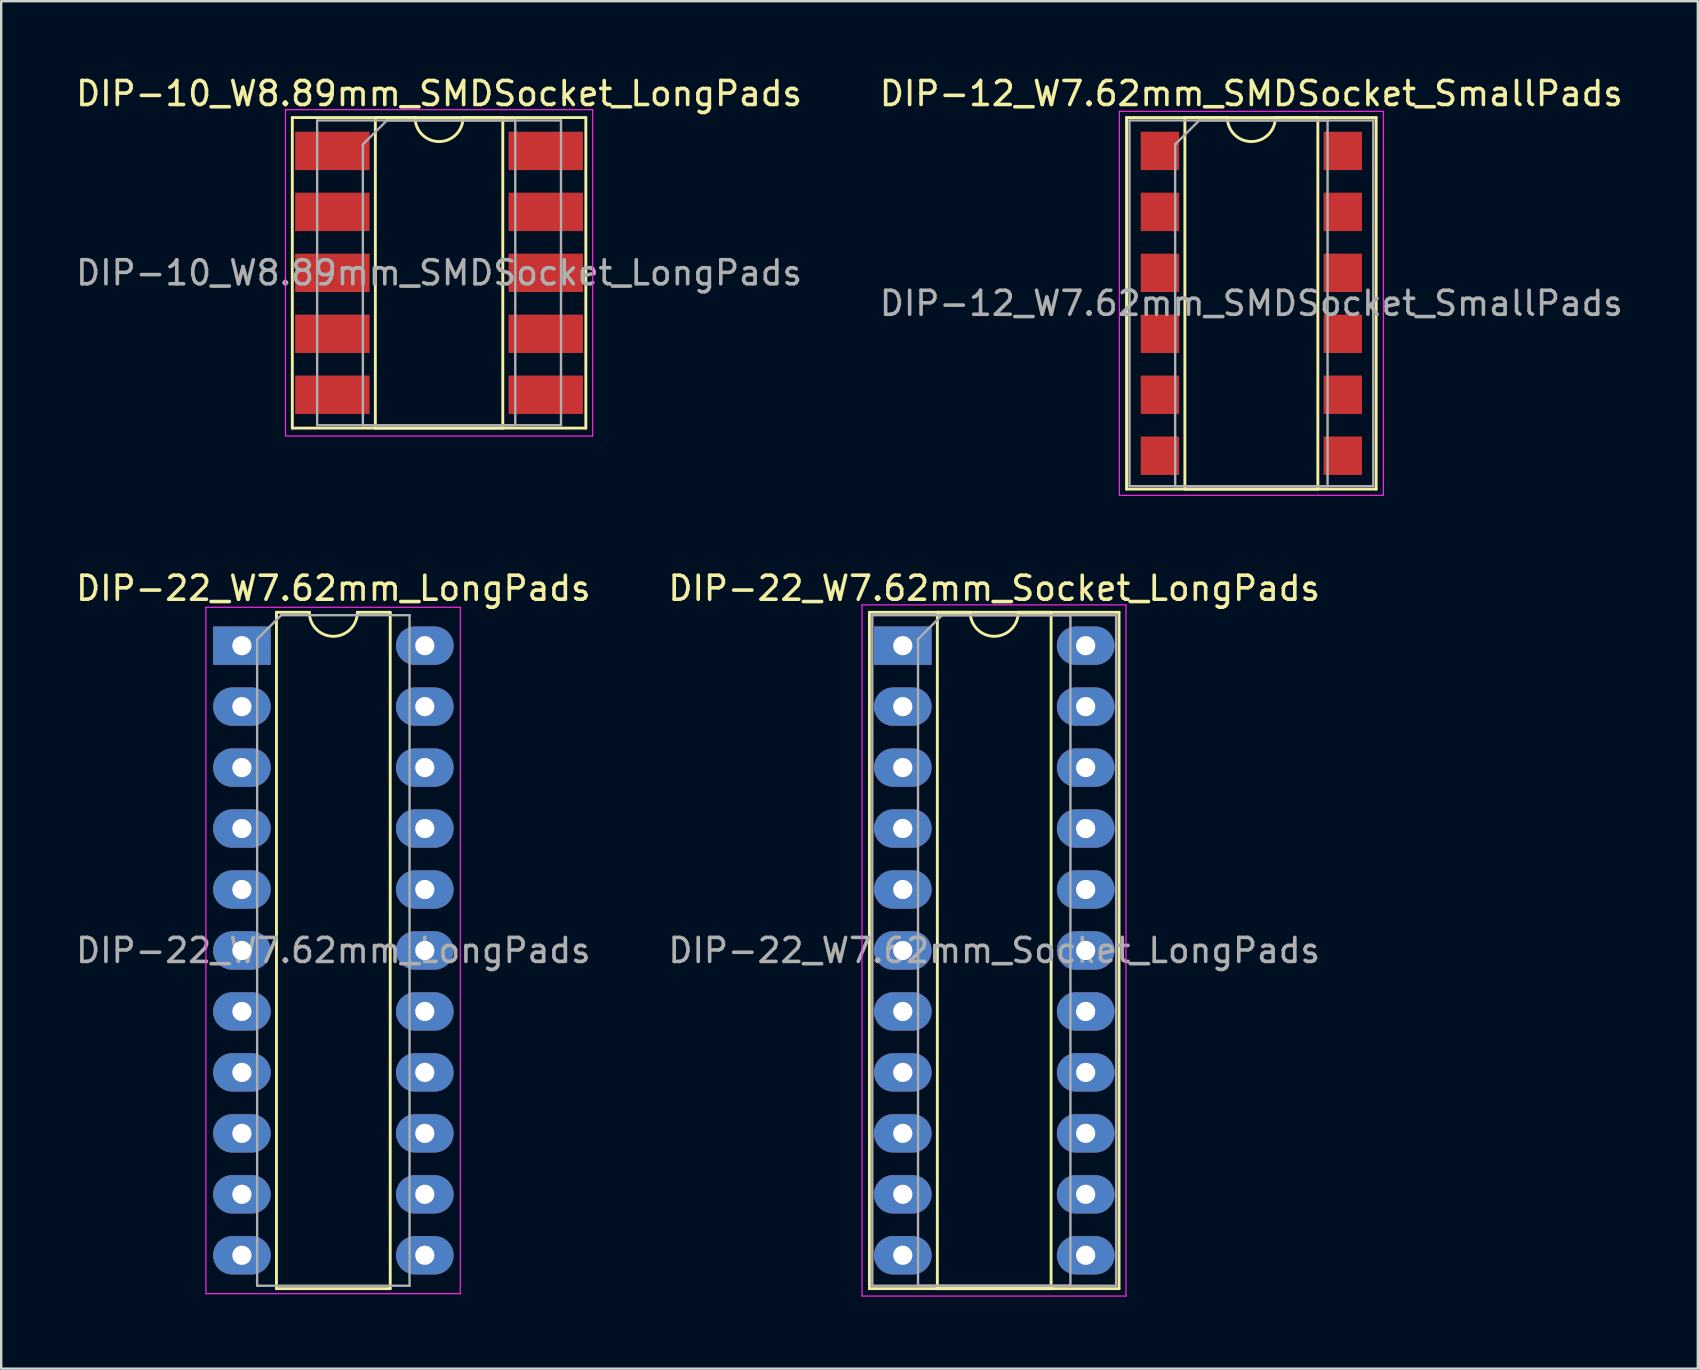
<source format=kicad_pcb>
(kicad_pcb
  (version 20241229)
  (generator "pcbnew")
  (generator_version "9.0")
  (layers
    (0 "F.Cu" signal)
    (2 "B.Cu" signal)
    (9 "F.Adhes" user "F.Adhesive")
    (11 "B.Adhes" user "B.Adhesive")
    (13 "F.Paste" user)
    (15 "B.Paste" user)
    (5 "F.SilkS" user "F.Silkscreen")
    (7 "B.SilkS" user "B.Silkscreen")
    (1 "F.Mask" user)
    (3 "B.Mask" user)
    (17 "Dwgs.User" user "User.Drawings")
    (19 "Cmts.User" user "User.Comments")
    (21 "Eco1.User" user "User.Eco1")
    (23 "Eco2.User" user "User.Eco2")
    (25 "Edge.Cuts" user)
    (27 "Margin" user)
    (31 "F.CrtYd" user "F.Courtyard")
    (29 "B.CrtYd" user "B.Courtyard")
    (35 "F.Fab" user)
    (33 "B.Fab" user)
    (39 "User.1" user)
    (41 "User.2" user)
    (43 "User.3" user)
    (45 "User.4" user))
  (footprint "DIP-22_W7.62mm_LongPads"
    (layer "F.Cu")
    (at 7.029 23.852)
    (property "Reference" "DIP-22_W7.62mm_LongPads" (at 3.81 -2.39 0) (layer "F.SilkS") (effects (font (size 1 1) (thickness 0.15))))
    (attr through_hole)
    (fp_line (start 1.44 -1.39) (end 1.44 26.79) (stroke (width 0.12) (type solid)) (layer "F.SilkS"))
    (fp_line (start 1.44 26.79) (end 6.18 26.79) (stroke (width 0.12) (type solid)) (layer "F.SilkS"))
    (fp_line (start 2.81 -1.39) (end 1.44 -1.39) (stroke (width 0.12) (type solid)) (layer "F.SilkS"))
    (fp_line (start 6.18 -1.39) (end 4.81 -1.39) (stroke (width 0.12) (type solid)) (layer "F.SilkS"))
    (fp_line (start 6.18 26.79) (end 6.18 -1.39) (stroke (width 0.12) (type solid)) (layer "F.SilkS"))
    (fp_arc (start 4.81 -1.39) (mid 3.81 -0.39) (end 2.81 -1.39) (stroke (width 0.12) (type solid)) (layer "F.SilkS"))
    (fp_line (start -1.5 -1.6) (end -1.5 27) (stroke (width 0.05) (type solid)) (layer "F.CrtYd"))
    (fp_line (start -1.5 27) (end 9.1 27) (stroke (width 0.05) (type solid)) (layer "F.CrtYd"))
    (fp_line (start 9.1 -1.6) (end -1.5 -1.6) (stroke (width 0.05) (type solid)) (layer "F.CrtYd"))
    (fp_line (start 9.1 27) (end 9.1 -1.6) (stroke (width 0.05) (type solid)) (layer "F.CrtYd"))
    (fp_line (start 0.635 -0.27) (end 1.635 -1.27) (stroke (width 0.1) (type solid)) (layer "F.Fab"))
    (fp_line (start 0.635 26.67) (end 0.635 -0.27) (stroke (width 0.1) (type solid)) (layer "F.Fab"))
    (fp_line (start 1.635 -1.27) (end 6.985 -1.27) (stroke (width 0.1) (type solid)) (layer "F.Fab"))
    (fp_line (start 6.985 -1.27) (end 6.985 26.67) (stroke (width 0.1) (type solid)) (layer "F.Fab"))
    (fp_line (start 6.985 26.67) (end 0.635 26.67) (stroke (width 0.1) (type solid)) (layer "F.Fab"))
    (fp_text user "${REFERENCE}" (at 3.81 12.7 0) (layer "F.Fab") (effects (font (size 1 1) (thickness 0.15))))
    (pad "1" thru_hole rect (at 0 0) (size 2.4 1.6) (drill 0.8) (layers "*.Cu" "*.Mask"))
    (pad "2" thru_hole oval (at 0 2.54) (size 2.4 1.6) (drill 0.8) (layers "*.Cu" "*.Mask"))
    (pad "3" thru_hole oval (at 0 5.08) (size 2.4 1.6) (drill 0.8) (layers "*.Cu" "*.Mask"))
    (pad "4" thru_hole oval (at 0 7.62) (size 2.4 1.6) (drill 0.8) (layers "*.Cu" "*.Mask"))
    (pad "5" thru_hole oval (at 0 10.16) (size 2.4 1.6) (drill 0.8) (layers "*.Cu" "*.Mask"))
    (pad "6" thru_hole oval (at 0 12.7) (size 2.4 1.6) (drill 0.8) (layers "*.Cu" "*.Mask"))
    (pad "7" thru_hole oval (at 0 15.24) (size 2.4 1.6) (drill 0.8) (layers "*.Cu" "*.Mask"))
    (pad "8" thru_hole oval (at 0 17.78) (size 2.4 1.6) (drill 0.8) (layers "*.Cu" "*.Mask"))
    (pad "9" thru_hole oval (at 0 20.32) (size 2.4 1.6) (drill 0.8) (layers "*.Cu" "*.Mask"))
    (pad "10" thru_hole oval (at 0 22.86) (size 2.4 1.6) (drill 0.8) (layers "*.Cu" "*.Mask"))
    (pad "11" thru_hole oval (at 0 25.4) (size 2.4 1.6) (drill 0.8) (layers "*.Cu" "*.Mask"))
    (pad "12" thru_hole oval (at 7.62 25.4) (size 2.4 1.6) (drill 0.8) (layers "*.Cu" "*.Mask"))
    (pad "13" thru_hole oval (at 7.62 22.86) (size 2.4 1.6) (drill 0.8) (layers "*.Cu" "*.Mask"))
    (pad "14" thru_hole oval (at 7.62 20.32) (size 2.4 1.6) (drill 0.8) (layers "*.Cu" "*.Mask"))
    (pad "15" thru_hole oval (at 7.62 17.78) (size 2.4 1.6) (drill 0.8) (layers "*.Cu" "*.Mask"))
    (pad "16" thru_hole oval (at 7.62 15.24) (size 2.4 1.6) (drill 0.8) (layers "*.Cu" "*.Mask"))
    (pad "17" thru_hole oval (at 7.62 12.7) (size 2.4 1.6) (drill 0.8) (layers "*.Cu" "*.Mask"))
    (pad "18" thru_hole oval (at 7.62 10.16) (size 2.4 1.6) (drill 0.8) (layers "*.Cu" "*.Mask"))
    (pad "19" thru_hole oval (at 7.62 7.62) (size 2.4 1.6) (drill 0.8) (layers "*.Cu" "*.Mask"))
    (pad "20" thru_hole oval (at 7.62 5.08) (size 2.4 1.6) (drill 0.8) (layers "*.Cu" "*.Mask"))
    (pad "21" thru_hole oval (at 7.62 2.54) (size 2.4 1.6) (drill 0.8) (layers "*.Cu" "*.Mask"))
    (pad "22" thru_hole oval (at 7.62 0) (size 2.4 1.6) (drill 0.8) (layers "*.Cu" "*.Mask")))
  (footprint "DIP-10_W8.89mm_SMDSocket_LongPads"
    (layer "F.Cu")
    (at 15.244 8.318)
    (property "Reference" "DIP-10_W8.89mm_SMDSocket_LongPads" (at 0 -7.47 0) (layer "F.SilkS") (effects (font (size 1 1) (thickness 0.15))))
    (attr smd)
    (fp_line (start -6.115 -6.47) (end -6.115 6.47) (stroke (width 0.12) (type solid)) (layer "F.SilkS"))
    (fp_line (start -6.115 6.47) (end 6.115 6.47) (stroke (width 0.12) (type solid)) (layer "F.SilkS"))
    (fp_line (start -2.655 -6.47) (end -2.655 6.47) (stroke (width 0.12) (type solid)) (layer "F.SilkS"))
    (fp_line (start -2.655 6.47) (end 2.655 6.47) (stroke (width 0.12) (type solid)) (layer "F.SilkS"))
    (fp_line (start -1 -6.47) (end -2.655 -6.47) (stroke (width 0.12) (type solid)) (layer "F.SilkS"))
    (fp_line (start 2.655 -6.47) (end 1 -6.47) (stroke (width 0.12) (type solid)) (layer "F.SilkS"))
    (fp_line (start 2.655 6.47) (end 2.655 -6.47) (stroke (width 0.12) (type solid)) (layer "F.SilkS"))
    (fp_line (start 6.115 -6.47) (end -6.115 -6.47) (stroke (width 0.12) (type solid)) (layer "F.SilkS"))
    (fp_line (start 6.115 6.47) (end 6.115 -6.47) (stroke (width 0.12) (type solid)) (layer "F.SilkS"))
    (fp_arc (start 1 -6.47) (mid 0 -5.47) (end -1 -6.47) (stroke (width 0.12) (type solid)) (layer "F.SilkS"))
    (fp_line (start -6.4 -6.8) (end -6.4 6.8) (stroke (width 0.05) (type solid)) (layer "F.CrtYd"))
    (fp_line (start -6.4 6.8) (end 6.4 6.8) (stroke (width 0.05) (type solid)) (layer "F.CrtYd"))
    (fp_line (start 6.4 -6.8) (end -6.4 -6.8) (stroke (width 0.05) (type solid)) (layer "F.CrtYd"))
    (fp_line (start 6.4 6.8) (end 6.4 -6.8) (stroke (width 0.05) (type solid)) (layer "F.CrtYd"))
    (fp_line (start -5.08 -6.35) (end -5.08 6.35) (stroke (width 0.1) (type solid)) (layer "F.Fab"))
    (fp_line (start -5.08 6.35) (end 5.08 6.35) (stroke (width 0.1) (type solid)) (layer "F.Fab"))
    (fp_line (start -3.175 -5.35) (end -2.175 -6.35) (stroke (width 0.1) (type solid)) (layer "F.Fab"))
    (fp_line (start -3.175 6.35) (end -3.175 -5.35) (stroke (width 0.1) (type solid)) (layer "F.Fab"))
    (fp_line (start -2.175 -6.35) (end 3.175 -6.35) (stroke (width 0.1) (type solid)) (layer "F.Fab"))
    (fp_line (start 3.175 -6.35) (end 3.175 6.35) (stroke (width 0.1) (type solid)) (layer "F.Fab"))
    (fp_line (start 3.175 6.35) (end -3.175 6.35) (stroke (width 0.1) (type solid)) (layer "F.Fab"))
    (fp_line (start 5.08 -6.35) (end -5.08 -6.35) (stroke (width 0.1) (type solid)) (layer "F.Fab"))
    (fp_line (start 5.08 6.35) (end 5.08 -6.35) (stroke (width 0.1) (type solid)) (layer "F.Fab"))
    (fp_text user "${REFERENCE}" (at 0 0 0) (layer "F.Fab") (effects (font (size 1 1) (thickness 0.15))))
    (pad "1" smd rect (at -4.445 -5.08) (size 3.1 1.6) (layers "F.Cu" "F.Mask" "F.Paste"))
    (pad "2" smd rect (at -4.445 -2.54) (size 3.1 1.6) (layers "F.Cu" "F.Mask" "F.Paste"))
    (pad "3" smd rect (at -4.445 0) (size 3.1 1.6) (layers "F.Cu" "F.Mask" "F.Paste"))
    (pad "4" smd rect (at -4.445 2.54) (size 3.1 1.6) (layers "F.Cu" "F.Mask" "F.Paste"))
    (pad "5" smd rect (at -4.445 5.08) (size 3.1 1.6) (layers "F.Cu" "F.Mask" "F.Paste"))
    (pad "6" smd rect (at 4.445 5.08) (size 3.1 1.6) (layers "F.Cu" "F.Mask" "F.Paste"))
    (pad "7" smd rect (at 4.445 2.54) (size 3.1 1.6) (layers "F.Cu" "F.Mask" "F.Paste"))
    (pad "8" smd rect (at 4.445 0) (size 3.1 1.6) (layers "F.Cu" "F.Mask" "F.Paste"))
    (pad "9" smd rect (at 4.445 -2.54) (size 3.1 1.6) (layers "F.Cu" "F.Mask" "F.Paste"))
    (pad "10" smd rect (at 4.445 -5.08) (size 3.1 1.6) (layers "F.Cu" "F.Mask" "F.Paste")))
  (footprint "DIP-12_W7.62mm_SMDSocket_SmallPads"
    (layer "F.Cu")
    (at 49.089 9.588)
    (property "Reference" "DIP-12_W7.62mm_SMDSocket_SmallPads" (at 0 -8.74 0) (layer "F.SilkS") (effects (font (size 1 1) (thickness 0.15))))
    (attr smd)
    (fp_line (start -5.2 -7.74) (end -5.2 7.74) (stroke (width 0.12) (type solid)) (layer "F.SilkS"))
    (fp_line (start -5.2 7.74) (end 5.2 7.74) (stroke (width 0.12) (type solid)) (layer "F.SilkS"))
    (fp_line (start -2.77 -7.74) (end -2.77 7.74) (stroke (width 0.12) (type solid)) (layer "F.SilkS"))
    (fp_line (start -2.77 7.74) (end 2.77 7.74) (stroke (width 0.12) (type solid)) (layer "F.SilkS"))
    (fp_line (start -1 -7.74) (end -2.77 -7.74) (stroke (width 0.12) (type solid)) (layer "F.SilkS"))
    (fp_line (start 2.77 -7.74) (end 1 -7.74) (stroke (width 0.12) (type solid)) (layer "F.SilkS"))
    (fp_line (start 2.77 7.74) (end 2.77 -7.74) (stroke (width 0.12) (type solid)) (layer "F.SilkS"))
    (fp_line (start 5.2 -7.74) (end -5.2 -7.74) (stroke (width 0.12) (type solid)) (layer "F.SilkS"))
    (fp_line (start 5.2 7.74) (end 5.2 -7.74) (stroke (width 0.12) (type solid)) (layer "F.SilkS"))
    (fp_arc (start 1 -7.74) (mid 0 -6.74) (end -1 -7.74) (stroke (width 0.12) (type solid)) (layer "F.SilkS"))
    (fp_line (start -5.5 -8) (end -5.5 8) (stroke (width 0.05) (type solid)) (layer "F.CrtYd"))
    (fp_line (start -5.5 8) (end 5.5 8) (stroke (width 0.05) (type solid)) (layer "F.CrtYd"))
    (fp_line (start 5.5 -8) (end -5.5 -8) (stroke (width 0.05) (type solid)) (layer "F.CrtYd"))
    (fp_line (start 5.5 8) (end 5.5 -8) (stroke (width 0.05) (type solid)) (layer "F.CrtYd"))
    (fp_line (start -5.08 -7.62) (end -5.08 7.62) (stroke (width 0.1) (type solid)) (layer "F.Fab"))
    (fp_line (start -5.08 7.62) (end 5.08 7.62) (stroke (width 0.1) (type solid)) (layer "F.Fab"))
    (fp_line (start -3.175 -6.62) (end -2.175 -7.62) (stroke (width 0.1) (type solid)) (layer "F.Fab"))
    (fp_line (start -3.175 7.62) (end -3.175 -6.62) (stroke (width 0.1) (type solid)) (layer "F.Fab"))
    (fp_line (start -2.175 -7.62) (end 3.175 -7.62) (stroke (width 0.1) (type solid)) (layer "F.Fab"))
    (fp_line (start 3.175 -7.62) (end 3.175 7.62) (stroke (width 0.1) (type solid)) (layer "F.Fab"))
    (fp_line (start 3.175 7.62) (end -3.175 7.62) (stroke (width 0.1) (type solid)) (layer "F.Fab"))
    (fp_line (start 5.08 -7.62) (end -5.08 -7.62) (stroke (width 0.1) (type solid)) (layer "F.Fab"))
    (fp_line (start 5.08 7.62) (end 5.08 -7.62) (stroke (width 0.1) (type solid)) (layer "F.Fab"))
    (fp_text user "${REFERENCE}" (at 0 0 0) (layer "F.Fab") (effects (font (size 1 1) (thickness 0.15))))
    (pad "1" smd rect (at -3.81 -6.35) (size 1.6 1.6) (layers "F.Cu" "F.Mask" "F.Paste"))
    (pad "2" smd rect (at -3.81 -3.81) (size 1.6 1.6) (layers "F.Cu" "F.Mask" "F.Paste"))
    (pad "3" smd rect (at -3.81 -1.27) (size 1.6 1.6) (layers "F.Cu" "F.Mask" "F.Paste"))
    (pad "4" smd rect (at -3.81 1.27) (size 1.6 1.6) (layers "F.Cu" "F.Mask" "F.Paste"))
    (pad "5" smd rect (at -3.81 3.81) (size 1.6 1.6) (layers "F.Cu" "F.Mask" "F.Paste"))
    (pad "6" smd rect (at -3.81 6.35) (size 1.6 1.6) (layers "F.Cu" "F.Mask" "F.Paste"))
    (pad "7" smd rect (at 3.81 6.35) (size 1.6 1.6) (layers "F.Cu" "F.Mask" "F.Paste"))
    (pad "8" smd rect (at 3.81 3.81) (size 1.6 1.6) (layers "F.Cu" "F.Mask" "F.Paste"))
    (pad "9" smd rect (at 3.81 1.27) (size 1.6 1.6) (layers "F.Cu" "F.Mask" "F.Paste"))
    (pad "10" smd rect (at 3.81 -1.27) (size 1.6 1.6) (layers "F.Cu" "F.Mask" "F.Paste"))
    (pad "11" smd rect (at 3.81 -3.81) (size 1.6 1.6) (layers "F.Cu" "F.Mask" "F.Paste"))
    (pad "12" smd rect (at 3.81 -6.35) (size 1.6 1.6) (layers "F.Cu" "F.Mask" "F.Paste")))
  (footprint "DIP-22_W7.62mm_Socket_LongPads"
    (layer "F.Cu")
    (at 34.565 23.852)
    (property "Reference" "DIP-22_W7.62mm_Socket_LongPads" (at 3.81 -2.39 0) (layer "F.SilkS") (effects (font (size 1 1) (thickness 0.15))))
    (attr through_hole)
    (fp_line (start -1.39 -1.39) (end -1.39 26.79) (stroke (width 0.12) (type solid)) (layer "F.SilkS"))
    (fp_line (start -1.39 26.79) (end 9.01 26.79) (stroke (width 0.12) (type solid)) (layer "F.SilkS"))
    (fp_line (start 1.44 -1.39) (end 1.44 26.79) (stroke (width 0.12) (type solid)) (layer "F.SilkS"))
    (fp_line (start 1.44 26.79) (end 6.18 26.79) (stroke (width 0.12) (type solid)) (layer "F.SilkS"))
    (fp_line (start 2.81 -1.39) (end 1.44 -1.39) (stroke (width 0.12) (type solid)) (layer "F.SilkS"))
    (fp_line (start 6.18 -1.39) (end 4.81 -1.39) (stroke (width 0.12) (type solid)) (layer "F.SilkS"))
    (fp_line (start 6.18 26.79) (end 6.18 -1.39) (stroke (width 0.12) (type solid)) (layer "F.SilkS"))
    (fp_line (start 9.01 -1.39) (end -1.39 -1.39) (stroke (width 0.12) (type solid)) (layer "F.SilkS"))
    (fp_line (start 9.01 26.79) (end 9.01 -1.39) (stroke (width 0.12) (type solid)) (layer "F.SilkS"))
    (fp_arc (start 4.81 -1.39) (mid 3.81 -0.39) (end 2.81 -1.39) (stroke (width 0.12) (type solid)) (layer "F.SilkS"))
    (fp_line (start -1.7 -1.7) (end -1.7 27.1) (stroke (width 0.05) (type solid)) (layer "F.CrtYd"))
    (fp_line (start -1.7 27.1) (end 9.3 27.1) (stroke (width 0.05) (type solid)) (layer "F.CrtYd"))
    (fp_line (start 9.3 -1.7) (end -1.7 -1.7) (stroke (width 0.05) (type solid)) (layer "F.CrtYd"))
    (fp_line (start 9.3 27.1) (end 9.3 -1.7) (stroke (width 0.05) (type solid)) (layer "F.CrtYd"))
    (fp_line (start -1.27 -1.27) (end -1.27 26.67) (stroke (width 0.1) (type solid)) (layer "F.Fab"))
    (fp_line (start -1.27 26.67) (end 8.89 26.67) (stroke (width 0.1) (type solid)) (layer "F.Fab"))
    (fp_line (start 0.635 -0.27) (end 1.635 -1.27) (stroke (width 0.1) (type solid)) (layer "F.Fab"))
    (fp_line (start 0.635 26.67) (end 0.635 -0.27) (stroke (width 0.1) (type solid)) (layer "F.Fab"))
    (fp_line (start 1.635 -1.27) (end 6.985 -1.27) (stroke (width 0.1) (type solid)) (layer "F.Fab"))
    (fp_line (start 6.985 -1.27) (end 6.985 26.67) (stroke (width 0.1) (type solid)) (layer "F.Fab"))
    (fp_line (start 6.985 26.67) (end 0.635 26.67) (stroke (width 0.1) (type solid)) (layer "F.Fab"))
    (fp_line (start 8.89 -1.27) (end -1.27 -1.27) (stroke (width 0.1) (type solid)) (layer "F.Fab"))
    (fp_line (start 8.89 26.67) (end 8.89 -1.27) (stroke (width 0.1) (type solid)) (layer "F.Fab"))
    (fp_text user "${REFERENCE}" (at 3.81 12.7 0) (layer "F.Fab") (effects (font (size 1 1) (thickness 0.15))))
    (pad "1" thru_hole rect (at 0 0) (size 2.4 1.6) (drill 0.8) (layers "*.Cu" "*.Mask"))
    (pad "2" thru_hole oval (at 0 2.54) (size 2.4 1.6) (drill 0.8) (layers "*.Cu" "*.Mask"))
    (pad "3" thru_hole oval (at 0 5.08) (size 2.4 1.6) (drill 0.8) (layers "*.Cu" "*.Mask"))
    (pad "4" thru_hole oval (at 0 7.62) (size 2.4 1.6) (drill 0.8) (layers "*.Cu" "*.Mask"))
    (pad "5" thru_hole oval (at 0 10.16) (size 2.4 1.6) (drill 0.8) (layers "*.Cu" "*.Mask"))
    (pad "6" thru_hole oval (at 0 12.7) (size 2.4 1.6) (drill 0.8) (layers "*.Cu" "*.Mask"))
    (pad "7" thru_hole oval (at 0 15.24) (size 2.4 1.6) (drill 0.8) (layers "*.Cu" "*.Mask"))
    (pad "8" thru_hole oval (at 0 17.78) (size 2.4 1.6) (drill 0.8) (layers "*.Cu" "*.Mask"))
    (pad "9" thru_hole oval (at 0 20.32) (size 2.4 1.6) (drill 0.8) (layers "*.Cu" "*.Mask"))
    (pad "10" thru_hole oval (at 0 22.86) (size 2.4 1.6) (drill 0.8) (layers "*.Cu" "*.Mask"))
    (pad "11" thru_hole oval (at 0 25.4) (size 2.4 1.6) (drill 0.8) (layers "*.Cu" "*.Mask"))
    (pad "12" thru_hole oval (at 7.62 25.4) (size 2.4 1.6) (drill 0.8) (layers "*.Cu" "*.Mask"))
    (pad "13" thru_hole oval (at 7.62 22.86) (size 2.4 1.6) (drill 0.8) (layers "*.Cu" "*.Mask"))
    (pad "14" thru_hole oval (at 7.62 20.32) (size 2.4 1.6) (drill 0.8) (layers "*.Cu" "*.Mask"))
    (pad "15" thru_hole oval (at 7.62 17.78) (size 2.4 1.6) (drill 0.8) (layers "*.Cu" "*.Mask"))
    (pad "16" thru_hole oval (at 7.62 15.24) (size 2.4 1.6) (drill 0.8) (layers "*.Cu" "*.Mask"))
    (pad "17" thru_hole oval (at 7.62 12.7) (size 2.4 1.6) (drill 0.8) (layers "*.Cu" "*.Mask"))
    (pad "18" thru_hole oval (at 7.62 10.16) (size 2.4 1.6) (drill 0.8) (layers "*.Cu" "*.Mask"))
    (pad "19" thru_hole oval (at 7.62 7.62) (size 2.4 1.6) (drill 0.8) (layers "*.Cu" "*.Mask"))
    (pad "20" thru_hole oval (at 7.62 5.08) (size 2.4 1.6) (drill 0.8) (layers "*.Cu" "*.Mask"))
    (pad "21" thru_hole oval (at 7.62 2.54) (size 2.4 1.6) (drill 0.8) (layers "*.Cu" "*.Mask"))
    (pad "22" thru_hole oval (at 7.62 0) (size 2.4 1.6) (drill 0.8) (layers "*.Cu" "*.Mask")))
  (gr_rect
    (start -3 -3)
    (end 67.69 53.977)
    (stroke (width 0.1) (type default))
    (fill no)
    (layer "Edge.Cuts")))
</source>
